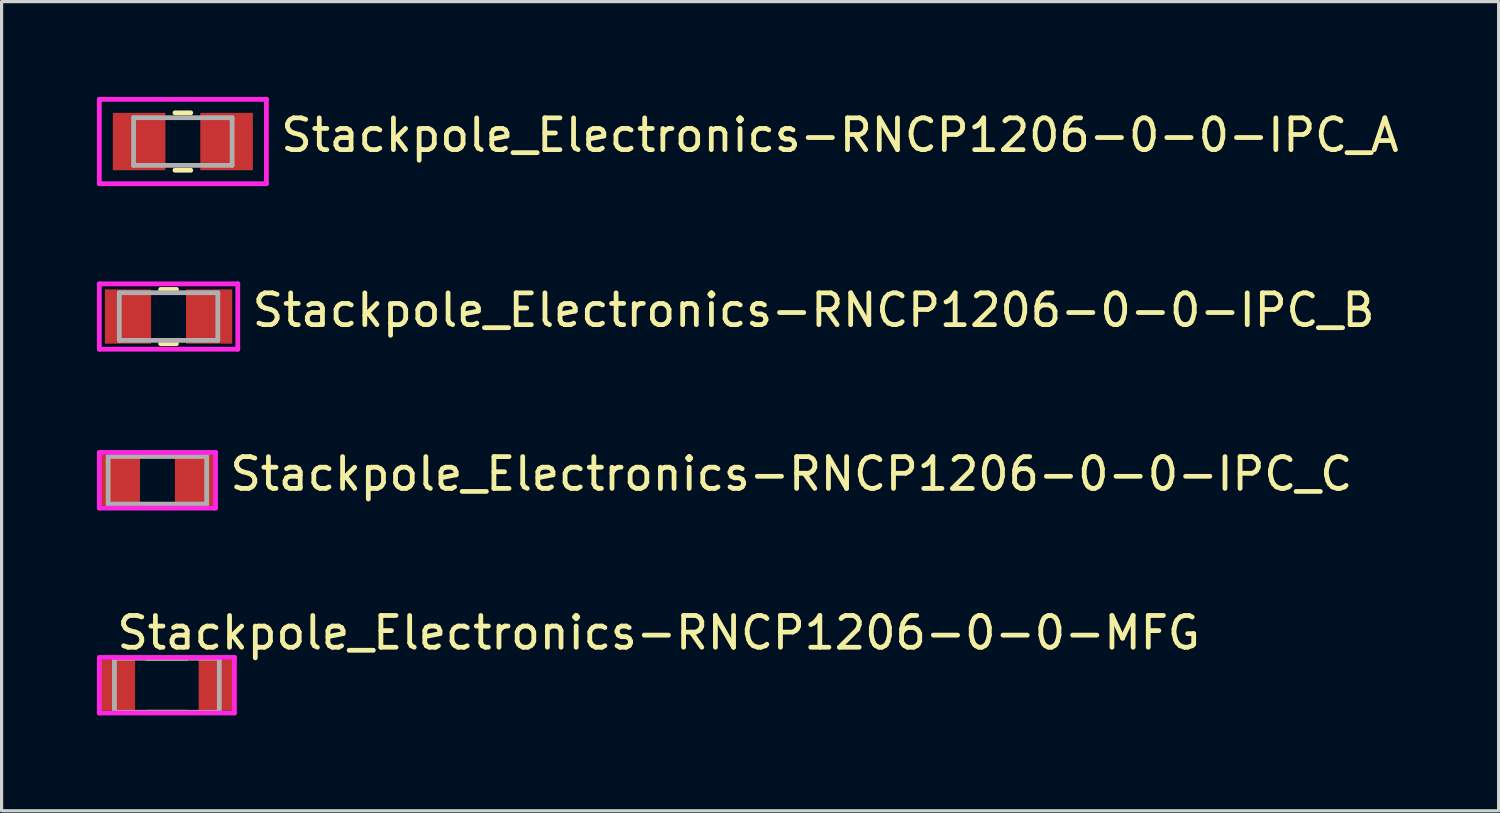
<source format=kicad_pcb>
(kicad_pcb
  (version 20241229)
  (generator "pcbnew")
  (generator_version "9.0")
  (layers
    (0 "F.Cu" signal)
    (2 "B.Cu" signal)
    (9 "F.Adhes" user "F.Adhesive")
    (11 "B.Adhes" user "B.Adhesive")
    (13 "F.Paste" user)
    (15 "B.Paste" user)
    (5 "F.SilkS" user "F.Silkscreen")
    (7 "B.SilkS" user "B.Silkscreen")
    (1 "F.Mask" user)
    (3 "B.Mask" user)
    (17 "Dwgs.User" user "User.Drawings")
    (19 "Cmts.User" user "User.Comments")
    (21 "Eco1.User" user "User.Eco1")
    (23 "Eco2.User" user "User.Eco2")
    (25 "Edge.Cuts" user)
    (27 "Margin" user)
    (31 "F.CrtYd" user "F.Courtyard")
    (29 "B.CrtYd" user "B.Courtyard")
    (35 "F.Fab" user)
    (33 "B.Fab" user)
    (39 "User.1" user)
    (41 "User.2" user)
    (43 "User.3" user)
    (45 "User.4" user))
  (footprint "Stackpole_Electronics-RNCP1206-0-0-IPC_B"
    (layer "F.Cu")
    (at 2.253 6.909)
    (property "Reference" "Stackpole_Electronics-RNCP1206-0-0-IPC_B" (at 2.553 -0.2 0) (layer "F.SilkS") (effects (font (size 1 1) (thickness 0.15)) (justify left)))
    (attr through_hole)
    (fp_line (start -0.249 -0.853) (end 0.249 -0.853) (stroke (width 0.15) (type solid)) (layer "F.SilkS"))
    (fp_line (start -0.249 0.853) (end 0.249 0.853) (stroke (width 0.15) (type solid)) (layer "F.SilkS"))
    (fp_line (start -2.178 -1.028) (end -2.178 1.028) (stroke (width 0.15) (type solid)) (layer "F.CrtYd"))
    (fp_line (start -2.178 1.028) (end 2.178 1.028) (stroke (width 0.15) (type solid)) (layer "F.CrtYd"))
    (fp_line (start 2.178 -1.028) (end -2.178 -1.028) (stroke (width 0.15) (type solid)) (layer "F.CrtYd"))
    (fp_line (start 2.178 -1.028) (end 2.178 -1.028) (stroke (width 0.15) (type solid)) (layer "F.CrtYd"))
    (fp_line (start 2.178 1.028) (end 2.178 -1.028) (stroke (width 0.15) (type solid)) (layer "F.CrtYd"))
    (fp_line (start -1.55 -0.75) (end 1.55 -0.75) (stroke (width 0.15) (type solid)) (layer "F.Fab"))
    (fp_line (start -1.55 0.75) (end -1.55 -0.75) (stroke (width 0.15) (type solid)) (layer "F.Fab"))
    (fp_line (start 1.55 -0.75) (end 1.55 0.75) (stroke (width 0.15) (type solid)) (layer "F.Fab"))
    (fp_line (start 1.55 0.75) (end -1.55 0.75) (stroke (width 0.15) (type solid)) (layer "F.Fab"))
    (pad "1" smd rect (at -1.276 0.000001) (size 1.454 1.706) (layers "F.Cu" "F.Mask" "F.Paste"))
    (pad "2" smd rect (at 1.276 0.000001) (size 1.454 1.706) (layers "F.Cu" "F.Mask" "F.Paste")))
  (footprint "Stackpole_Electronics-RNCP1206-0-0-IPC_A"
    (layer "F.Cu")
    (at 2.703 1.403)
    (property "Reference" "Stackpole_Electronics-RNCP1206-0-0-IPC_A" (at 3.003 -0.2 0) (layer "F.SilkS") (effects (font (size 1 1) (thickness 0.15)) (justify left)))
    (attr through_hole)
    (fp_line (start -0.249 -0.903) (end 0.249 -0.903) (stroke (width 0.15) (type solid)) (layer "F.SilkS"))
    (fp_line (start -0.249 0.903) (end 0.249 0.903) (stroke (width 0.15) (type solid)) (layer "F.SilkS"))
    (fp_line (start -2.628 -1.328) (end -2.628 1.328) (stroke (width 0.15) (type solid)) (layer "F.CrtYd"))
    (fp_line (start -2.628 1.328) (end 2.628 1.328) (stroke (width 0.15) (type solid)) (layer "F.CrtYd"))
    (fp_line (start 2.628 -1.328) (end -2.628 -1.328) (stroke (width 0.15) (type solid)) (layer "F.CrtYd"))
    (fp_line (start 2.628 -1.328) (end 2.628 -1.328) (stroke (width 0.15) (type solid)) (layer "F.CrtYd"))
    (fp_line (start 2.628 1.328) (end 2.628 -1.328) (stroke (width 0.15) (type solid)) (layer "F.CrtYd"))
    (fp_line (start -1.55 -0.75) (end 1.55 -0.75) (stroke (width 0.15) (type solid)) (layer "F.Fab"))
    (fp_line (start -1.55 0.75) (end -1.55 -0.75) (stroke (width 0.15) (type solid)) (layer "F.Fab"))
    (fp_line (start 1.55 -0.75) (end 1.55 0.75) (stroke (width 0.15) (type solid)) (layer "F.Fab"))
    (fp_line (start 1.55 0.75) (end -1.55 0.75) (stroke (width 0.15) (type solid)) (layer "F.Fab"))
    (pad "1" smd rect (at -1.376 0.000001) (size 1.654 1.806) (layers "F.Cu" "F.Mask" "F.Paste"))
    (pad "2" smd rect (at 1.376 0.000001) (size 1.654 1.806) (layers "F.Cu" "F.Mask" "F.Paste")))
  (footprint "Stackpole_Electronics-RNCP1206-0-0-IPC_C"
    (layer "F.Cu")
    (at 1.903 12.061)
    (property "Reference" "Stackpole_Electronics-RNCP1206-0-0-IPC_C" (at 2.203 -0.2 0) (layer "F.SilkS") (effects (font (size 1 1) (thickness 0.15)) (justify left)))
    (attr through_hole)
    (fp_line (start -0.249 -0.85) (end 0.249 -0.85) (stroke (width 0.15) (type solid)) (layer "F.SilkS"))
    (fp_line (start -0.249 0.85) (end 0.249 0.85) (stroke (width 0.15) (type solid)) (layer "F.SilkS"))
    (fp_line (start -1.828 -0.875) (end -1.828 0.875) (stroke (width 0.15) (type solid)) (layer "F.CrtYd"))
    (fp_line (start -1.828 0.875) (end 1.828 0.875) (stroke (width 0.15) (type solid)) (layer "F.CrtYd"))
    (fp_line (start 1.828 -0.875) (end -1.828 -0.875) (stroke (width 0.15) (type solid)) (layer "F.CrtYd"))
    (fp_line (start 1.828 -0.875) (end 1.828 -0.875) (stroke (width 0.15) (type solid)) (layer "F.CrtYd"))
    (fp_line (start 1.828 0.875) (end 1.828 -0.875) (stroke (width 0.15) (type solid)) (layer "F.CrtYd"))
    (fp_line (start -1.55 -0.75) (end 1.55 -0.75) (stroke (width 0.15) (type solid)) (layer "F.Fab"))
    (fp_line (start -1.55 0.75) (end -1.55 -0.75) (stroke (width 0.15) (type solid)) (layer "F.Fab"))
    (fp_line (start 1.55 -0.75) (end 1.55 0.75) (stroke (width 0.15) (type solid)) (layer "F.Fab"))
    (fp_line (start 1.55 0.75) (end -1.55 0.75) (stroke (width 0.15) (type solid)) (layer "F.Fab"))
    (pad "1" smd rect (at -1.176 0.000001) (size 1.254 1.606) (layers "F.Cu" "F.Mask" "F.Paste"))
    (pad "2" smd rect (at 1.176 0.000001) (size 1.254 1.606) (layers "F.Cu" "F.Mask" "F.Paste")))
  (footprint "Stackpole_Electronics-RNCP1206-0-0-MFG"
    (layer "F.Cu")
    (at 2.2 18.509)
    (property "Reference" "Stackpole_Electronics-RNCP1206-0-0-MFG" (at -1.65 -1.65 0) (layer "F.SilkS") (effects (font (size 1 1) (thickness 0.15)) (justify left)))
    (attr through_hole)
    (fp_line (start -0.625 -0.85) (end 0.625 -0.85) (stroke (width 0.15) (type solid)) (layer "F.SilkS"))
    (fp_line (start -0.625 0.85) (end 0.625 0.85) (stroke (width 0.15) (type solid)) (layer "F.SilkS"))
    (fp_line (start -2.125 -0.875) (end -2.125 0.875) (stroke (width 0.15) (type solid)) (layer "F.CrtYd"))
    (fp_line (start -2.125 0.875) (end 2.125 0.875) (stroke (width 0.15) (type solid)) (layer "F.CrtYd"))
    (fp_line (start 2.125 -0.875) (end -2.125 -0.875) (stroke (width 0.15) (type solid)) (layer "F.CrtYd"))
    (fp_line (start 2.125 -0.875) (end 2.125 -0.875) (stroke (width 0.15) (type solid)) (layer "F.CrtYd"))
    (fp_line (start 2.125 0.875) (end 2.125 -0.875) (stroke (width 0.15) (type solid)) (layer "F.CrtYd"))
    (fp_line (start -1.65 -0.85) (end 1.65 -0.85) (stroke (width 0.15) (type solid)) (layer "F.Fab"))
    (fp_line (start -1.65 0.85) (end -1.65 -0.85) (stroke (width 0.15) (type solid)) (layer "F.Fab"))
    (fp_line (start 1.65 -0.85) (end 1.65 0.85) (stroke (width 0.15) (type solid)) (layer "F.Fab"))
    (fp_line (start 1.65 0.85) (end -1.65 0.85) (stroke (width 0.15) (type solid)) (layer "F.Fab"))
    (pad "1" smd rect (at -1.55 0) (size 1.1 1.6) (layers "F.Cu" "F.Mask" "F.Paste"))
    (pad "2" smd rect (at 1.55 0) (size 1.1 1.6) (layers "F.Cu" "F.Mask" "F.Paste")))
  (gr_rect
    (start -3 -3)
    (end 44.099 22.459)
    (stroke (width 0.1) (type default))
    (fill no)
    (layer "Edge.Cuts")))
</source>
